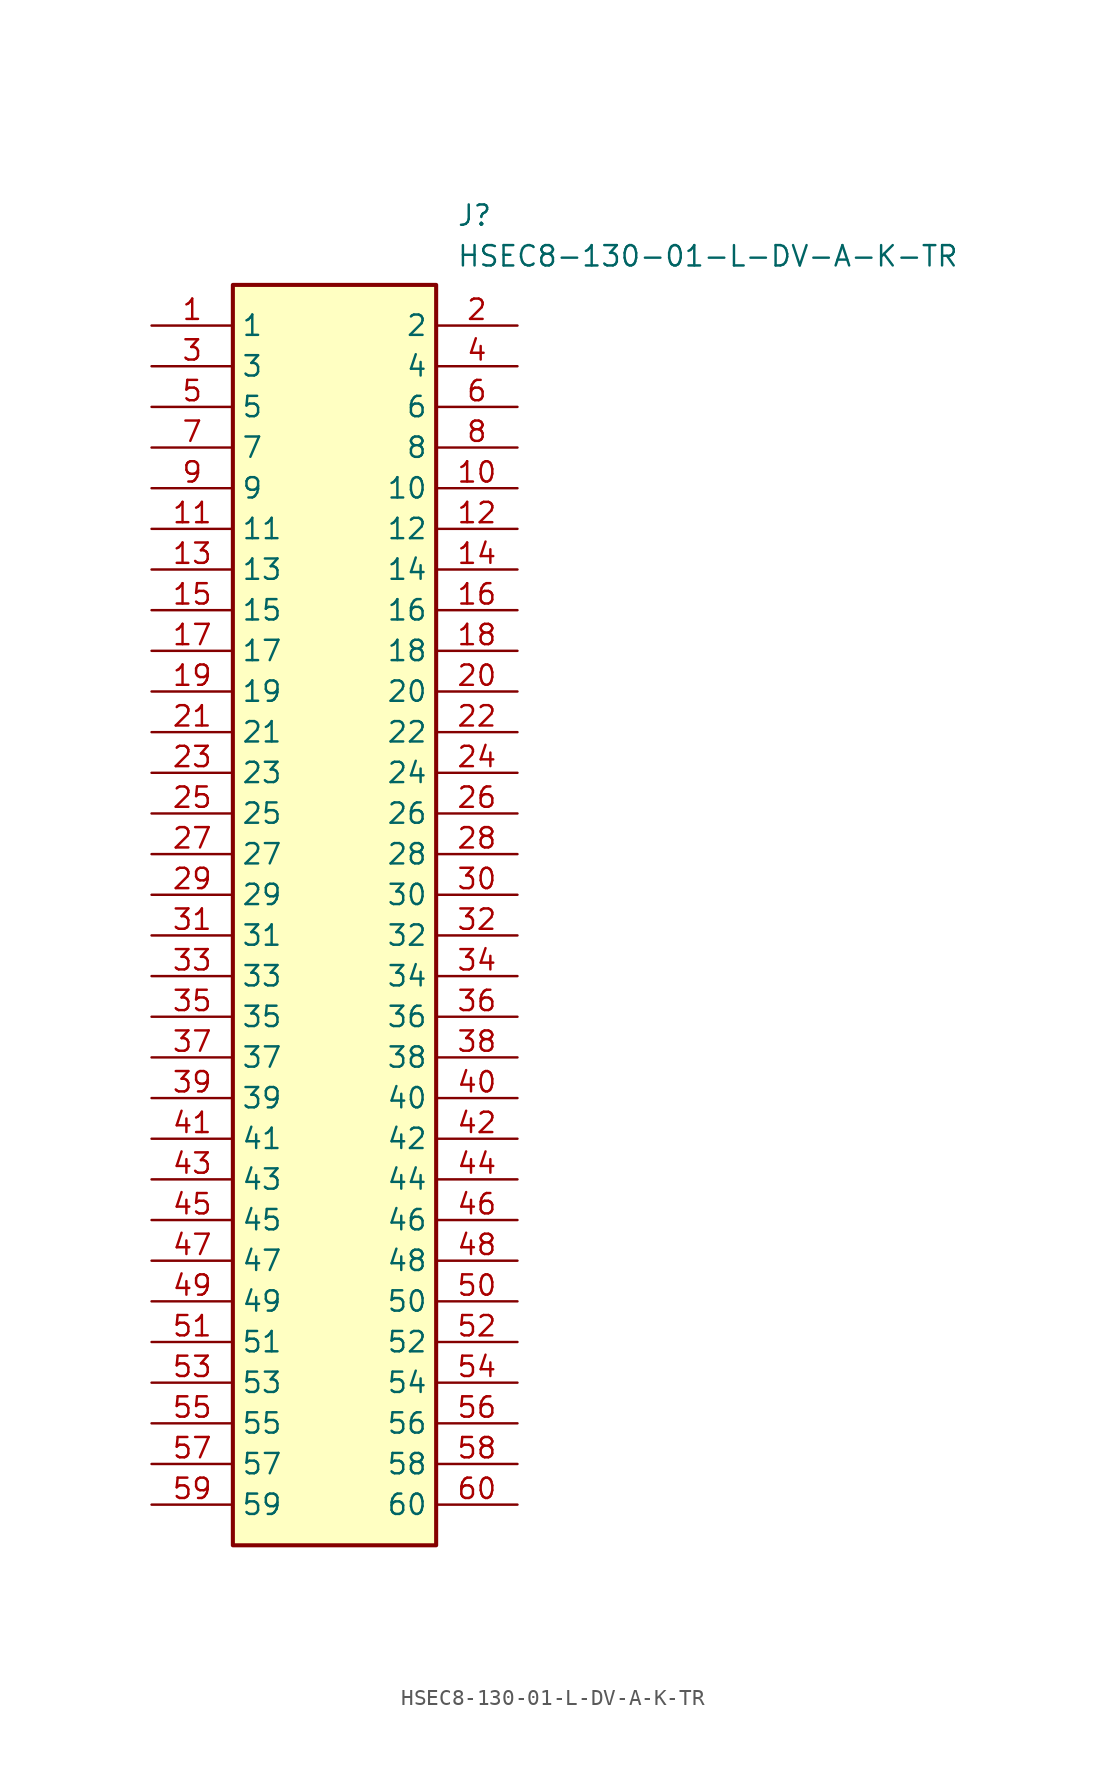
<source format=kicad_sym>
(kicad_symbol_lib
  (version 20211014)
  (generator SamacSys_ECAD_Model)
  (symbol "HSEC8-130-01-L-DV-A-K-TR"
    (property "Reference" "J"
      (at 19.05 7.62 0)
      (effects (font (size 1.27 1.27)) (justify left top)))
    (property "Value" "HSEC8-130-01-L-DV-A-K-TR"
      (at 19.05 5.08 0)
      (effects (font (size 1.27 1.27)) (justify left top)))
    (rectangle
      (start 5.08 2.54)
      (end 17.78 -76.2)
      (stroke (width 0.254) (type default))
      (fill (type background)))
    (pin passive line
      (at 0 0 0)
      (length 5.08)
      (name "1" (effects (font (size 1.27 1.27))))
      (number "1" (effects (font (size 1.27 1.27)))))
    (pin passive line
      (at 22.86 0 180)
      (length 5.08)
      (name "2" (effects (font (size 1.27 1.27))))
      (number "2" (effects (font (size 1.27 1.27)))))
    (pin passive line
      (at 0 -2.54 0)
      (length 5.08)
      (name "3" (effects (font (size 1.27 1.27))))
      (number "3" (effects (font (size 1.27 1.27)))))
    (pin passive line
      (at 22.86 -2.54 180)
      (length 5.08)
      (name "4" (effects (font (size 1.27 1.27))))
      (number "4" (effects (font (size 1.27 1.27)))))
    (pin passive line
      (at 0 -5.08 0)
      (length 5.08)
      (name "5" (effects (font (size 1.27 1.27))))
      (number "5" (effects (font (size 1.27 1.27)))))
    (pin passive line
      (at 22.86 -5.08 180)
      (length 5.08)
      (name "6" (effects (font (size 1.27 1.27))))
      (number "6" (effects (font (size 1.27 1.27)))))
    (pin passive line
      (at 0 -7.62 0)
      (length 5.08)
      (name "7" (effects (font (size 1.27 1.27))))
      (number "7" (effects (font (size 1.27 1.27)))))
    (pin passive line
      (at 22.86 -7.62 180)
      (length 5.08)
      (name "8" (effects (font (size 1.27 1.27))))
      (number "8" (effects (font (size 1.27 1.27)))))
    (pin passive line
      (at 0 -10.16 0)
      (length 5.08)
      (name "9" (effects (font (size 1.27 1.27))))
      (number "9" (effects (font (size 1.27 1.27)))))
    (pin passive line
      (at 22.86 -10.16 180)
      (length 5.08)
      (name "10" (effects (font (size 1.27 1.27))))
      (number "10" (effects (font (size 1.27 1.27)))))
    (pin passive line
      (at 0 -12.7 0)
      (length 5.08)
      (name "11" (effects (font (size 1.27 1.27))))
      (number "11" (effects (font (size 1.27 1.27)))))
    (pin passive line
      (at 22.86 -12.7 180)
      (length 5.08)
      (name "12" (effects (font (size 1.27 1.27))))
      (number "12" (effects (font (size 1.27 1.27)))))
    (pin passive line
      (at 0 -15.24 0)
      (length 5.08)
      (name "13" (effects (font (size 1.27 1.27))))
      (number "13" (effects (font (size 1.27 1.27)))))
    (pin passive line
      (at 22.86 -15.24 180)
      (length 5.08)
      (name "14" (effects (font (size 1.27 1.27))))
      (number "14" (effects (font (size 1.27 1.27)))))
    (pin passive line
      (at 0 -17.78 0)
      (length 5.08)
      (name "15" (effects (font (size 1.27 1.27))))
      (number "15" (effects (font (size 1.27 1.27)))))
    (pin passive line
      (at 22.86 -17.78 180)
      (length 5.08)
      (name "16" (effects (font (size 1.27 1.27))))
      (number "16" (effects (font (size 1.27 1.27)))))
    (pin passive line
      (at 0 -20.32 0)
      (length 5.08)
      (name "17" (effects (font (size 1.27 1.27))))
      (number "17" (effects (font (size 1.27 1.27)))))
    (pin passive line
      (at 22.86 -20.32 180)
      (length 5.08)
      (name "18" (effects (font (size 1.27 1.27))))
      (number "18" (effects (font (size 1.27 1.27)))))
    (pin passive line
      (at 0 -22.86 0)
      (length 5.08)
      (name "19" (effects (font (size 1.27 1.27))))
      (number "19" (effects (font (size 1.27 1.27)))))
    (pin passive line
      (at 22.86 -22.86 180)
      (length 5.08)
      (name "20" (effects (font (size 1.27 1.27))))
      (number "20" (effects (font (size 1.27 1.27)))))
    (pin passive line
      (at 0 -25.4 0)
      (length 5.08)
      (name "21" (effects (font (size 1.27 1.27))))
      (number "21" (effects (font (size 1.27 1.27)))))
    (pin passive line
      (at 22.86 -25.4 180)
      (length 5.08)
      (name "22" (effects (font (size 1.27 1.27))))
      (number "22" (effects (font (size 1.27 1.27)))))
    (pin passive line
      (at 0 -27.94 0)
      (length 5.08)
      (name "23" (effects (font (size 1.27 1.27))))
      (number "23" (effects (font (size 1.27 1.27)))))
    (pin passive line
      (at 22.86 -27.94 180)
      (length 5.08)
      (name "24" (effects (font (size 1.27 1.27))))
      (number "24" (effects (font (size 1.27 1.27)))))
    (pin passive line
      (at 0 -30.48 0)
      (length 5.08)
      (name "25" (effects (font (size 1.27 1.27))))
      (number "25" (effects (font (size 1.27 1.27)))))
    (pin passive line
      (at 22.86 -30.48 180)
      (length 5.08)
      (name "26" (effects (font (size 1.27 1.27))))
      (number "26" (effects (font (size 1.27 1.27)))))
    (pin passive line
      (at 0 -33.02 0)
      (length 5.08)
      (name "27" (effects (font (size 1.27 1.27))))
      (number "27" (effects (font (size 1.27 1.27)))))
    (pin passive line
      (at 22.86 -33.02 180)
      (length 5.08)
      (name "28" (effects (font (size 1.27 1.27))))
      (number "28" (effects (font (size 1.27 1.27)))))
    (pin passive line
      (at 0 -35.56 0)
      (length 5.08)
      (name "29" (effects (font (size 1.27 1.27))))
      (number "29" (effects (font (size 1.27 1.27)))))
    (pin passive line
      (at 22.86 -35.56 180)
      (length 5.08)
      (name "30" (effects (font (size 1.27 1.27))))
      (number "30" (effects (font (size 1.27 1.27)))))
    (pin passive line
      (at 0 -38.1 0)
      (length 5.08)
      (name "31" (effects (font (size 1.27 1.27))))
      (number "31" (effects (font (size 1.27 1.27)))))
    (pin passive line
      (at 22.86 -38.1 180)
      (length 5.08)
      (name "32" (effects (font (size 1.27 1.27))))
      (number "32" (effects (font (size 1.27 1.27)))))
    (pin passive line
      (at 0 -40.64 0)
      (length 5.08)
      (name "33" (effects (font (size 1.27 1.27))))
      (number "33" (effects (font (size 1.27 1.27)))))
    (pin passive line
      (at 22.86 -40.64 180)
      (length 5.08)
      (name "34" (effects (font (size 1.27 1.27))))
      (number "34" (effects (font (size 1.27 1.27)))))
    (pin passive line
      (at 0 -43.18 0)
      (length 5.08)
      (name "35" (effects (font (size 1.27 1.27))))
      (number "35" (effects (font (size 1.27 1.27)))))
    (pin passive line
      (at 22.86 -43.18 180)
      (length 5.08)
      (name "36" (effects (font (size 1.27 1.27))))
      (number "36" (effects (font (size 1.27 1.27)))))
    (pin passive line
      (at 0 -45.72 0)
      (length 5.08)
      (name "37" (effects (font (size 1.27 1.27))))
      (number "37" (effects (font (size 1.27 1.27)))))
    (pin passive line
      (at 22.86 -45.72 180)
      (length 5.08)
      (name "38" (effects (font (size 1.27 1.27))))
      (number "38" (effects (font (size 1.27 1.27)))))
    (pin passive line
      (at 0 -48.26 0)
      (length 5.08)
      (name "39" (effects (font (size 1.27 1.27))))
      (number "39" (effects (font (size 1.27 1.27)))))
    (pin passive line
      (at 22.86 -48.26 180)
      (length 5.08)
      (name "40" (effects (font (size 1.27 1.27))))
      (number "40" (effects (font (size 1.27 1.27)))))
    (pin passive line
      (at 0 -50.8 0)
      (length 5.08)
      (name "41" (effects (font (size 1.27 1.27))))
      (number "41" (effects (font (size 1.27 1.27)))))
    (pin passive line
      (at 22.86 -50.8 180)
      (length 5.08)
      (name "42" (effects (font (size 1.27 1.27))))
      (number "42" (effects (font (size 1.27 1.27)))))
    (pin passive line
      (at 0 -53.34 0)
      (length 5.08)
      (name "43" (effects (font (size 1.27 1.27))))
      (number "43" (effects (font (size 1.27 1.27)))))
    (pin passive line
      (at 22.86 -53.34 180)
      (length 5.08)
      (name "44" (effects (font (size 1.27 1.27))))
      (number "44" (effects (font (size 1.27 1.27)))))
    (pin passive line
      (at 0 -55.88 0)
      (length 5.08)
      (name "45" (effects (font (size 1.27 1.27))))
      (number "45" (effects (font (size 1.27 1.27)))))
    (pin passive line
      (at 22.86 -55.88 180)
      (length 5.08)
      (name "46" (effects (font (size 1.27 1.27))))
      (number "46" (effects (font (size 1.27 1.27)))))
    (pin passive line
      (at 0 -58.42 0)
      (length 5.08)
      (name "47" (effects (font (size 1.27 1.27))))
      (number "47" (effects (font (size 1.27 1.27)))))
    (pin passive line
      (at 22.86 -58.42 180)
      (length 5.08)
      (name "48" (effects (font (size 1.27 1.27))))
      (number "48" (effects (font (size 1.27 1.27)))))
    (pin passive line
      (at 0 -60.96 0)
      (length 5.08)
      (name "49" (effects (font (size 1.27 1.27))))
      (number "49" (effects (font (size 1.27 1.27)))))
    (pin passive line
      (at 22.86 -60.96 180)
      (length 5.08)
      (name "50" (effects (font (size 1.27 1.27))))
      (number "50" (effects (font (size 1.27 1.27)))))
    (pin passive line
      (at 0 -63.5 0)
      (length 5.08)
      (name "51" (effects (font (size 1.27 1.27))))
      (number "51" (effects (font (size 1.27 1.27)))))
    (pin passive line
      (at 22.86 -63.5 180)
      (length 5.08)
      (name "52" (effects (font (size 1.27 1.27))))
      (number "52" (effects (font (size 1.27 1.27)))))
    (pin passive line
      (at 0 -66.04 0)
      (length 5.08)
      (name "53" (effects (font (size 1.27 1.27))))
      (number "53" (effects (font (size 1.27 1.27)))))
    (pin passive line
      (at 22.86 -66.04 180)
      (length 5.08)
      (name "54" (effects (font (size 1.27 1.27))))
      (number "54" (effects (font (size 1.27 1.27)))))
    (pin passive line
      (at 0 -68.58 0)
      (length 5.08)
      (name "55" (effects (font (size 1.27 1.27))))
      (number "55" (effects (font (size 1.27 1.27)))))
    (pin passive line
      (at 22.86 -68.58 180)
      (length 5.08)
      (name "56" (effects (font (size 1.27 1.27))))
      (number "56" (effects (font (size 1.27 1.27)))))
    (pin passive line
      (at 0 -71.12 0)
      (length 5.08)
      (name "57" (effects (font (size 1.27 1.27))))
      (number "57" (effects (font (size 1.27 1.27)))))
    (pin passive line
      (at 22.86 -71.12 180)
      (length 5.08)
      (name "58" (effects (font (size 1.27 1.27))))
      (number "58" (effects (font (size 1.27 1.27)))))
    (pin passive line
      (at 0 -73.66 0)
      (length 5.08)
      (name "59" (effects (font (size 1.27 1.27))))
      (number "59" (effects (font (size 1.27 1.27)))))
    (pin passive line
      (at 22.86 -73.66 180)
      (length 5.08)
      (name "60" (effects (font (size 1.27 1.27))))
      (number "60" (effects (font (size 1.27 1.27)))))))
</source>
